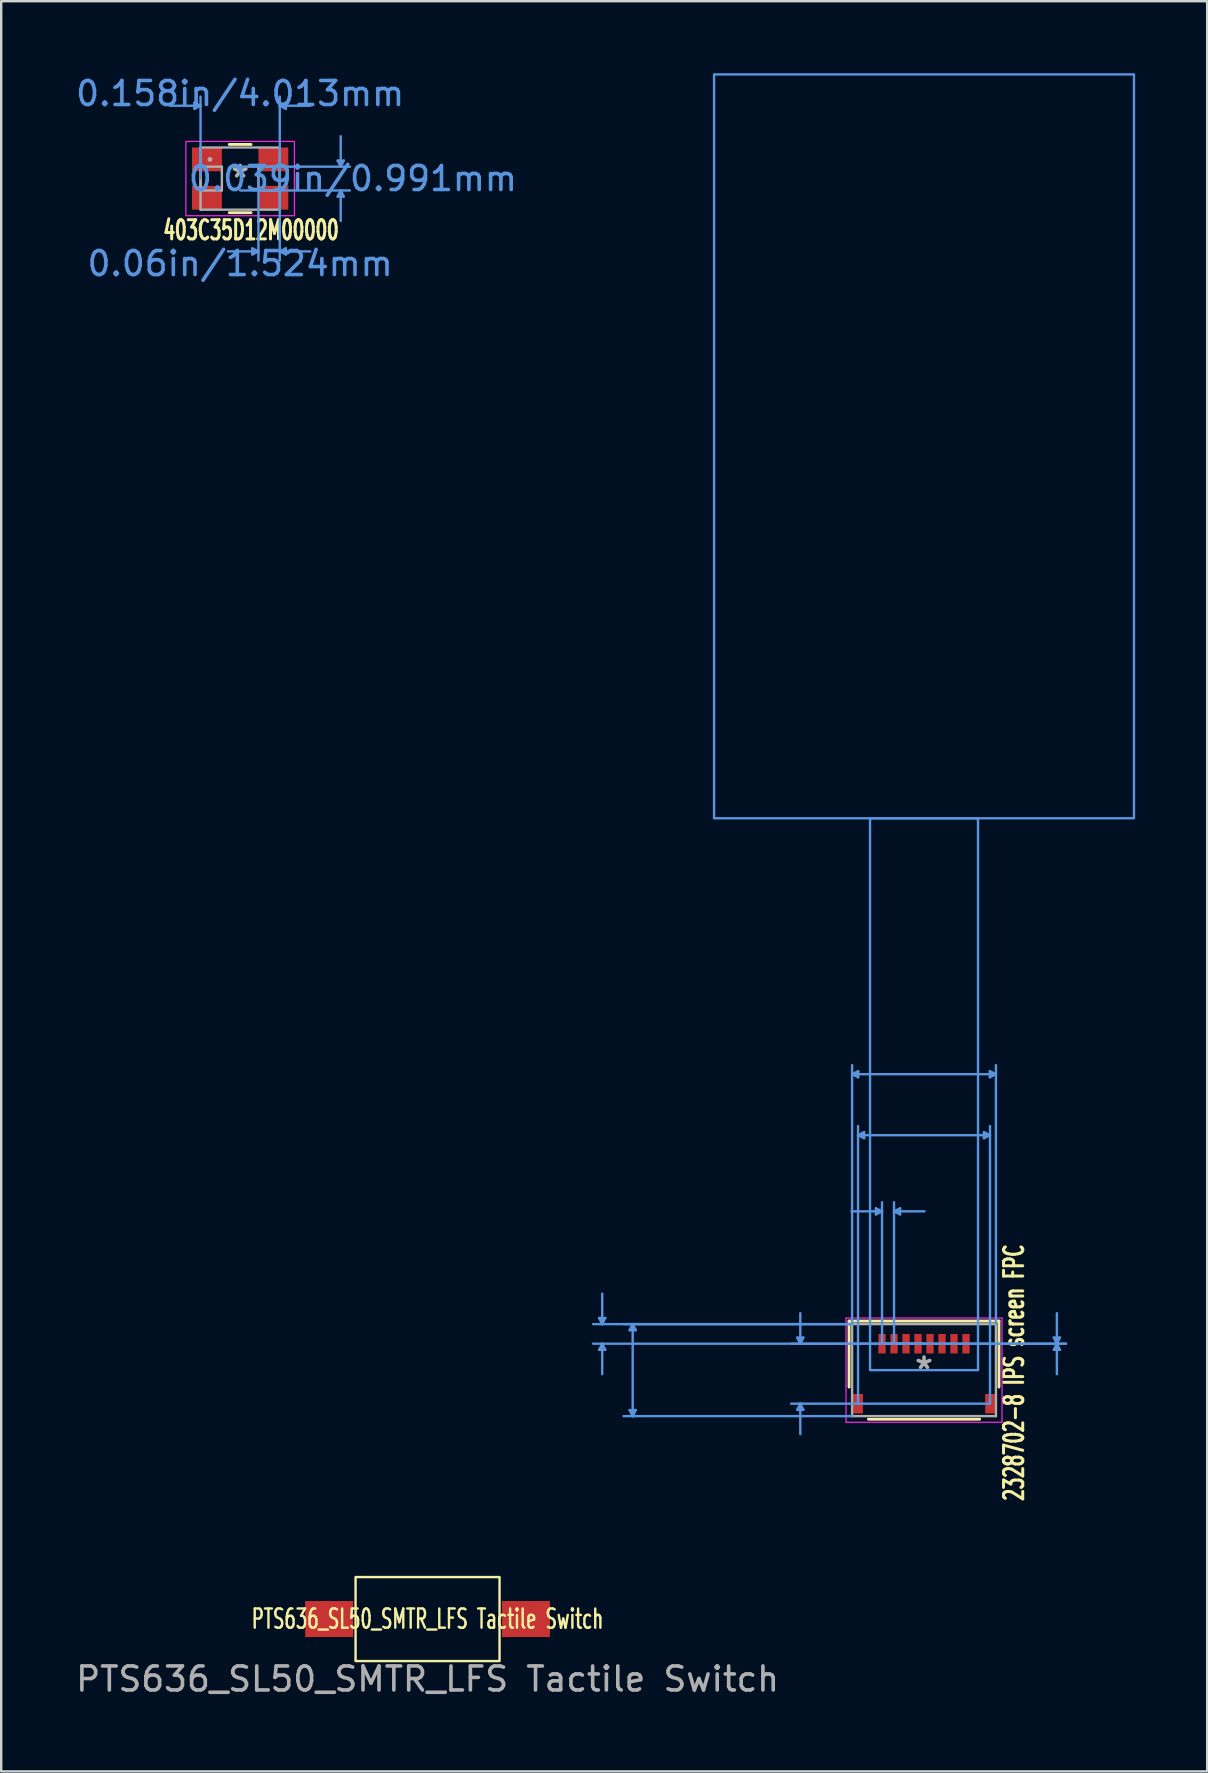
<source format=kicad_pcb>
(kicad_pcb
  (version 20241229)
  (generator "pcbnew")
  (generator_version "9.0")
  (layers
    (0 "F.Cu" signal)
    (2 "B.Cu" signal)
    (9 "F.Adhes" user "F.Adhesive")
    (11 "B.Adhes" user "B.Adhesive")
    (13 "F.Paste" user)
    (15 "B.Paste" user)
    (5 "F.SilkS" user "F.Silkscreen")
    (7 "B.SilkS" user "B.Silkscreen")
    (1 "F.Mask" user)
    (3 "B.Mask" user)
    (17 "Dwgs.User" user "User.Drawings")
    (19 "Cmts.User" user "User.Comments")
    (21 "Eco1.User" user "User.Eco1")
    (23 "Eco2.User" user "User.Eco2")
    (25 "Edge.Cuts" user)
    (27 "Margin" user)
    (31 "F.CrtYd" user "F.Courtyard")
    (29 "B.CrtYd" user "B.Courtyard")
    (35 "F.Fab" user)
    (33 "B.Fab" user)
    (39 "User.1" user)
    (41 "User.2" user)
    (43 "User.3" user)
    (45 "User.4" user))
  (footprint "2328702-8 IPS screen FPC"
    (layer "F.Cu")
    (at 35.458 54.05)
    (property "Reference" "2328702-8 IPS screen FPC" (at 3.75 0.102 270) (layer "F.SilkS") (effects (font (size 0.8 0.5) (thickness 0.125))))
    (attr smd)
    (fp_line (start -3.124 -2.045) (end -3.124 0.706) (stroke (width 0.12) (type solid)) (layer "F.SilkS"))
    (fp_line (start -2.317 2.045) (end 2.317 2.045) (stroke (width 0.12) (type solid)) (layer "F.SilkS"))
    (fp_line (start 3.124 -2.045) (end -3.124 -2.045) (stroke (width 0.12) (type solid)) (layer "F.SilkS"))
    (fp_line (start 3.124 0.706) (end 3.124 -2.045) (stroke (width 0.12) (type solid)) (layer "F.SilkS"))
    (fp_line (start -13.538 -2.172) (end -13.284 -2.172) (stroke (width 0.1) (type solid)) (layer "Cmts.User"))
    (fp_line (start -13.538 -0.848) (end -13.284 -0.848) (stroke (width 0.1) (type solid)) (layer "Cmts.User"))
    (fp_line (start -13.411 -1.918) (end -13.538 -2.172) (stroke (width 0.1) (type solid)) (layer "Cmts.User"))
    (fp_line (start -13.411 -1.918) (end -13.411 -3.188) (stroke (width 0.1) (type solid)) (layer "Cmts.User"))
    (fp_line (start -13.411 -1.918) (end -13.284 -2.172) (stroke (width 0.1) (type solid)) (layer "Cmts.User"))
    (fp_line (start -13.411 -1.102) (end -13.538 -0.848) (stroke (width 0.1) (type solid)) (layer "Cmts.User"))
    (fp_line (start -13.411 -1.102) (end -13.411 0.168) (stroke (width 0.1) (type solid)) (layer "Cmts.User"))
    (fp_line (start -13.411 -1.102) (end -13.284 -0.848) (stroke (width 0.1) (type solid)) (layer "Cmts.User"))
    (fp_line (start -12.268 -1.664) (end -12.014 -1.664) (stroke (width 0.1) (type solid)) (layer "Cmts.User"))
    (fp_line (start -12.268 1.664) (end -12.014 1.664) (stroke (width 0.1) (type solid)) (layer "Cmts.User"))
    (fp_line (start -12.141 -1.918) (end -12.268 -1.664) (stroke (width 0.1) (type solid)) (layer "Cmts.User"))
    (fp_line (start -12.141 -1.918) (end -12.141 1.918) (stroke (width 0.1) (type solid)) (layer "Cmts.User"))
    (fp_line (start -12.141 -1.918) (end -12.014 -1.664) (stroke (width 0.1) (type solid)) (layer "Cmts.User"))
    (fp_line (start -12.141 1.918) (end -12.268 1.664) (stroke (width 0.1) (type solid)) (layer "Cmts.User"))
    (fp_line (start -12.141 1.918) (end -12.014 1.664) (stroke (width 0.1) (type solid)) (layer "Cmts.User"))
    (fp_line (start -5.283 -1.356) (end -5.029 -1.356) (stroke (width 0.1) (type solid)) (layer "Cmts.User"))
    (fp_line (start -5.283 1.652) (end -5.029 1.652) (stroke (width 0.1) (type solid)) (layer "Cmts.User"))
    (fp_line (start -5.156 -1.102) (end -5.283 -1.356) (stroke (width 0.1) (type solid)) (layer "Cmts.User"))
    (fp_line (start -5.156 -1.102) (end -5.156 -2.372) (stroke (width 0.1) (type solid)) (layer "Cmts.User"))
    (fp_line (start -5.156 -1.102) (end -5.029 -1.356) (stroke (width 0.1) (type solid)) (layer "Cmts.User"))
    (fp_line (start -5.156 1.398) (end -5.283 1.652) (stroke (width 0.1) (type solid)) (layer "Cmts.User"))
    (fp_line (start -5.156 1.398) (end -5.156 2.668) (stroke (width 0.1) (type solid)) (layer "Cmts.User"))
    (fp_line (start -5.156 1.398) (end -5.029 1.652) (stroke (width 0.1) (type solid)) (layer "Cmts.User"))
    (fp_line (start -2.997 -12.332) (end -2.743 -12.459) (stroke (width 0.1) (type solid)) (layer "Cmts.User"))
    (fp_line (start -2.997 -12.332) (end -2.743 -12.205) (stroke (width 0.1) (type solid)) (layer "Cmts.User"))
    (fp_line (start -2.997 -12.332) (end 2.997 -12.332) (stroke (width 0.1) (type solid)) (layer "Cmts.User"))
    (fp_line (start -2.997 -1.918) (end -13.792 -1.918) (stroke (width 0.1) (type solid)) (layer "Cmts.User"))
    (fp_line (start -2.997 -1.918) (end -12.522 -1.918) (stroke (width 0.1) (type solid)) (layer "Cmts.User"))
    (fp_line (start -2.997 -1.918) (end -2.997 -12.713) (stroke (width 0.1) (type solid)) (layer "Cmts.User"))
    (fp_line (start -2.997 1.918) (end -12.522 1.918) (stroke (width 0.1) (type solid)) (layer "Cmts.User"))
    (fp_line (start -2.75 -9.792) (end -2.496 -9.919) (stroke (width 0.1) (type solid)) (layer "Cmts.User"))
    (fp_line (start -2.75 -9.792) (end -2.496 -9.665) (stroke (width 0.1) (type solid)) (layer "Cmts.User"))
    (fp_line (start -2.75 -9.792) (end 2.75 -9.792) (stroke (width 0.1) (type solid)) (layer "Cmts.User"))
    (fp_line (start -2.75 1.398) (end -2.75 -10.173) (stroke (width 0.1) (type solid)) (layer "Cmts.User"))
    (fp_line (start -2.743 -12.459) (end -2.743 -12.205) (stroke (width 0.1) (type solid)) (layer "Cmts.User"))
    (fp_line (start -2.496 -9.919) (end -2.496 -9.665) (stroke (width 0.1) (type solid)) (layer "Cmts.User"))
    (fp_line (start -2.004 -6.744) (end -2.004 -6.49) (stroke (width 0.1) (type solid)) (layer "Cmts.User"))
    (fp_line (start -1.75 -6.617) (end -3.02 -6.617) (stroke (width 0.1) (type solid)) (layer "Cmts.User"))
    (fp_line (start -1.75 -6.617) (end -2.004 -6.744) (stroke (width 0.1) (type solid)) (layer "Cmts.User"))
    (fp_line (start -1.75 -6.617) (end -2.004 -6.49) (stroke (width 0.1) (type solid)) (layer "Cmts.User"))
    (fp_line (start -1.75 -1.102) (end -1.75 -6.998) (stroke (width 0.1) (type solid)) (layer "Cmts.User"))
    (fp_line (start -1.75 -1.102) (end 5.918 -1.102) (stroke (width 0.1) (type solid)) (layer "Cmts.User"))
    (fp_line (start -1.75 -1.102) (end 5.918 -1.102) (stroke (width 0.1) (type solid)) (layer "Cmts.User"))
    (fp_line (start -1.25 -6.617) (end -0.996 -6.744) (stroke (width 0.1) (type solid)) (layer "Cmts.User"))
    (fp_line (start -1.25 -6.617) (end -0.996 -6.49) (stroke (width 0.1) (type solid)) (layer "Cmts.User"))
    (fp_line (start -1.25 -6.617) (end 0.02 -6.617) (stroke (width 0.1) (type solid)) (layer "Cmts.User"))
    (fp_line (start -1.25 -1.102) (end -1.25 -6.998) (stroke (width 0.1) (type solid)) (layer "Cmts.User"))
    (fp_line (start -0.996 -6.744) (end -0.996 -6.49) (stroke (width 0.1) (type solid)) (layer "Cmts.User"))
    (fp_line (start 0 -1.102) (end -13.792 -1.102) (stroke (width 0.1) (type solid)) (layer "Cmts.User"))
    (fp_line (start 0 -1.102) (end -5.537 -1.102) (stroke (width 0.1) (type solid)) (layer "Cmts.User"))
    (fp_line (start 2.496 -9.919) (end 2.496 -9.665) (stroke (width 0.1) (type solid)) (layer "Cmts.User"))
    (fp_line (start 2.743 -12.459) (end 2.743 -12.205) (stroke (width 0.1) (type solid)) (layer "Cmts.User"))
    (fp_line (start 2.75 -9.792) (end 2.496 -9.919) (stroke (width 0.1) (type solid)) (layer "Cmts.User"))
    (fp_line (start 2.75 -9.792) (end 2.496 -9.665) (stroke (width 0.1) (type solid)) (layer "Cmts.User"))
    (fp_line (start 2.75 1.398) (end -5.537 1.398) (stroke (width 0.1) (type solid)) (layer "Cmts.User"))
    (fp_line (start 2.75 1.398) (end 2.75 -10.173) (stroke (width 0.1) (type solid)) (layer "Cmts.User"))
    (fp_line (start 2.997 -12.332) (end 2.743 -12.459) (stroke (width 0.1) (type solid)) (layer "Cmts.User"))
    (fp_line (start 2.997 -12.332) (end 2.743 -12.205) (stroke (width 0.1) (type solid)) (layer "Cmts.User"))
    (fp_line (start 2.997 -1.918) (end 2.997 -12.713) (stroke (width 0.1) (type solid)) (layer "Cmts.User"))
    (fp_line (start 5.41 -1.356) (end 5.664 -1.356) (stroke (width 0.1) (type solid)) (layer "Cmts.User"))
    (fp_line (start 5.41 -0.848) (end 5.664 -0.848) (stroke (width 0.1) (type solid)) (layer "Cmts.User"))
    (fp_line (start 5.537 -1.102) (end 5.41 -1.356) (stroke (width 0.1) (type solid)) (layer "Cmts.User"))
    (fp_line (start 5.537 -1.102) (end 5.41 -0.848) (stroke (width 0.1) (type solid)) (layer "Cmts.User"))
    (fp_line (start 5.537 -1.102) (end 5.537 -2.372) (stroke (width 0.1) (type solid)) (layer "Cmts.User"))
    (fp_line (start 5.537 -1.102) (end 5.537 0.168) (stroke (width 0.1) (type solid)) (layer "Cmts.User"))
    (fp_line (start 5.537 -1.102) (end 5.664 -1.356) (stroke (width 0.1) (type solid)) (layer "Cmts.User"))
    (fp_line (start 5.537 -1.102) (end 5.664 -0.848) (stroke (width 0.1) (type solid)) (layer "Cmts.User"))
    (fp_rect (start 2.25 0) (end -2.25 -23) (stroke (width 0.1) (type default)) (fill no) (layer "Cmts.User"))
    (fp_rect (start 8.75 -23) (end -8.75 -54) (stroke (width 0.1) (type default)) (fill no) (layer "Cmts.User"))
    (fp_line (start -3.251 -2.172) (end -3.251 2.172) (stroke (width 0.05) (type solid)) (layer "F.CrtYd"))
    (fp_line (start -3.251 2.172) (end 3.251 2.172) (stroke (width 0.05) (type solid)) (layer "F.CrtYd"))
    (fp_line (start 3.251 -2.172) (end -3.251 -2.172) (stroke (width 0.05) (type solid)) (layer "F.CrtYd"))
    (fp_line (start 3.251 2.172) (end 3.251 -2.172) (stroke (width 0.05) (type solid)) (layer "F.CrtYd"))
    (fp_line (start -2.997 -1.918) (end -2.997 1.918) (stroke (width 0.1) (type solid)) (layer "F.Fab"))
    (fp_line (start -2.997 1.918) (end 2.997 1.918) (stroke (width 0.1) (type solid)) (layer "F.Fab"))
    (fp_line (start 2.997 -1.918) (end -2.997 -1.918) (stroke (width 0.1) (type solid)) (layer "F.Fab"))
    (fp_line (start 2.997 1.918) (end 2.997 -1.918) (stroke (width 0.1) (type solid)) (layer "F.Fab"))
    (fp_text user " " (at -2.775 3.025 0) (layer "F.SilkS") (effects (font (size 1 1) (thickness 0.15)) (justify mirror)))
    (fp_text user "Copyright 2021 Accelerated Designs. All rights reserved." (at 0 0 0) (layer "Cmts.User") (effects (font (size 0.127 0.127) (thickness 0.002))))
    (fp_text user "*" (at 0 0 0) (layer "F.Fab") (effects (font (size 1 1) (thickness 0.15))))
    (pad "" smd rect (at -2.75 1.398) (size 0.406 0.813) (layers "F.Cu" "F.Mask" "F.Paste"))
    (pad "" smd rect (at 2.75 1.398) (size 0.406 0.813) (layers "F.Cu" "F.Mask" "F.Paste"))
    (pad "1" smd rect (at 1.75 -1.102) (size 0.305 0.813) (layers "F.Cu" "F.Mask" "F.Paste"))
    (pad "2" smd rect (at 1.25 -1.102) (size 0.305 0.813) (layers "F.Cu" "F.Mask" "F.Paste"))
    (pad "3" smd rect (at 0.75 -1.102) (size 0.305 0.813) (layers "F.Cu" "F.Mask" "F.Paste"))
    (pad "4" smd rect (at 0.25 -1.102) (size 0.305 0.813) (layers "F.Cu" "F.Mask" "F.Paste"))
    (pad "5" smd rect (at -0.25 -1.102) (size 0.305 0.813) (layers "F.Cu" "F.Mask" "F.Paste"))
    (pad "6" smd rect (at -0.75 -1.102) (size 0.305 0.813) (layers "F.Cu" "F.Mask" "F.Paste"))
    (pad "7" smd rect (at -1.25 -1.102) (size 0.305 0.813) (layers "F.Cu" "F.Mask" "F.Paste"))
    (pad "8" smd rect (at -1.75 -1.102) (size 0.305 0.813) (layers "F.Cu" "F.Mask" "F.Paste")))
  (footprint "403C35D12M00000"
    (layer "F.Cu")
    (at 6.958 4.392)
    (property "Reference" "403C35D12M00000" (at 0.456 2.15 180) (layer "F.SilkS") (effects (font (size 0.8 0.5) (thickness 0.125))))
    (attr smd)
    (fp_line (start -0.454 1.422) (end 0.454 1.422) (stroke (width 0.12) (type solid)) (layer "F.SilkS"))
    (fp_line (start 0.454 -1.422) (end -0.454 -1.422) (stroke (width 0.12) (type solid)) (layer "F.SilkS"))
    (fp_line (start -1.905 -3.162) (end -1.905 -2.908) (stroke (width 0.1) (type solid)) (layer "Cmts.User"))
    (fp_line (start -1.651 -3.035) (end -2.921 -3.035) (stroke (width 0.1) (type solid)) (layer "Cmts.User"))
    (fp_line (start -1.651 -3.035) (end -1.905 -3.162) (stroke (width 0.1) (type solid)) (layer "Cmts.User"))
    (fp_line (start -1.651 -3.035) (end -1.905 -2.908) (stroke (width 0.1) (type solid)) (layer "Cmts.User"))
    (fp_line (start -1.651 0) (end -1.651 -3.416) (stroke (width 0.1) (type solid)) (layer "Cmts.User"))
    (fp_line (start 0 -0.495) (end 4.572 -0.495) (stroke (width 0.1) (type solid)) (layer "Cmts.User"))
    (fp_line (start 0 0.495) (end 4.572 0.495) (stroke (width 0.1) (type solid)) (layer "Cmts.User"))
    (fp_line (start 0.508 2.908) (end 0.508 3.162) (stroke (width 0.1) (type solid)) (layer "Cmts.User"))
    (fp_line (start 0.762 0) (end 0.762 3.416) (stroke (width 0.1) (type solid)) (layer "Cmts.User"))
    (fp_line (start 0.762 3.035) (end -0.508 3.035) (stroke (width 0.1) (type solid)) (layer "Cmts.User"))
    (fp_line (start 0.762 3.035) (end 0.508 2.908) (stroke (width 0.1) (type solid)) (layer "Cmts.User"))
    (fp_line (start 0.762 3.035) (end 0.508 3.162) (stroke (width 0.1) (type solid)) (layer "Cmts.User"))
    (fp_line (start 1.651 -3.035) (end 1.905 -3.162) (stroke (width 0.1) (type solid)) (layer "Cmts.User"))
    (fp_line (start 1.651 -3.035) (end 1.905 -2.908) (stroke (width 0.1) (type solid)) (layer "Cmts.User"))
    (fp_line (start 1.651 -3.035) (end 2.921 -3.035) (stroke (width 0.1) (type solid)) (layer "Cmts.User"))
    (fp_line (start 1.651 0) (end 1.651 -3.416) (stroke (width 0.1) (type solid)) (layer "Cmts.User"))
    (fp_line (start 1.651 0) (end 1.651 3.416) (stroke (width 0.1) (type solid)) (layer "Cmts.User"))
    (fp_line (start 1.651 3.035) (end 1.905 2.908) (stroke (width 0.1) (type solid)) (layer "Cmts.User"))
    (fp_line (start 1.651 3.035) (end 1.905 3.162) (stroke (width 0.1) (type solid)) (layer "Cmts.User"))
    (fp_line (start 1.651 3.035) (end 2.921 3.035) (stroke (width 0.1) (type solid)) (layer "Cmts.User"))
    (fp_line (start 1.905 -3.162) (end 1.905 -2.908) (stroke (width 0.1) (type solid)) (layer "Cmts.User"))
    (fp_line (start 1.905 2.908) (end 1.905 3.162) (stroke (width 0.1) (type solid)) (layer "Cmts.User"))
    (fp_line (start 4.064 -0.749) (end 4.318 -0.749) (stroke (width 0.1) (type solid)) (layer "Cmts.User"))
    (fp_line (start 4.064 0.749) (end 4.318 0.749) (stroke (width 0.1) (type solid)) (layer "Cmts.User"))
    (fp_line (start 4.191 -0.495) (end 4.064 -0.749) (stroke (width 0.1) (type solid)) (layer "Cmts.User"))
    (fp_line (start 4.191 -0.495) (end 4.191 -1.765) (stroke (width 0.1) (type solid)) (layer "Cmts.User"))
    (fp_line (start 4.191 -0.495) (end 4.318 -0.749) (stroke (width 0.1) (type solid)) (layer "Cmts.User"))
    (fp_line (start 4.191 0.495) (end 4.064 0.749) (stroke (width 0.1) (type solid)) (layer "Cmts.User"))
    (fp_line (start 4.191 0.495) (end 4.191 1.765) (stroke (width 0.1) (type solid)) (layer "Cmts.User"))
    (fp_line (start 4.191 0.495) (end 4.318 0.749) (stroke (width 0.1) (type solid)) (layer "Cmts.User"))
    (fp_rect (start -2.261 -1.549) (end 2.261 1.549) (stroke (width 0.05) (type default)) (fill no) (layer "F.CrtYd"))
    (fp_line (start -1.651 -1.295) (end -1.651 1.295) (stroke (width 0.1) (type solid)) (layer "F.Fab"))
    (fp_line (start -1.651 -0.495) (end -1.651 0.495) (stroke (width 0.1) (type solid)) (layer "F.Fab"))
    (fp_line (start -1.651 0.495) (end -0.762 0.495) (stroke (width 0.1) (type solid)) (layer "F.Fab"))
    (fp_line (start -1.651 1.295) (end 1.651 1.295) (stroke (width 0.1) (type solid)) (layer "F.Fab"))
    (fp_line (start -0.762 -0.495) (end -1.651 -0.495) (stroke (width 0.1) (type solid)) (layer "F.Fab"))
    (fp_line (start -0.762 0.495) (end -0.762 -0.495) (stroke (width 0.1) (type solid)) (layer "F.Fab"))
    (fp_line (start 0.762 -0.495) (end 0.762 0.495) (stroke (width 0.1) (type solid)) (layer "F.Fab"))
    (fp_line (start 0.762 0.495) (end 1.651 0.495) (stroke (width 0.1) (type solid)) (layer "F.Fab"))
    (fp_line (start 1.651 -1.295) (end -1.651 -1.295) (stroke (width 0.1) (type solid)) (layer "F.Fab"))
    (fp_line (start 1.651 -0.495) (end 0.762 -0.495) (stroke (width 0.1) (type solid)) (layer "F.Fab"))
    (fp_line (start 1.651 0.495) (end 1.651 -0.495) (stroke (width 0.1) (type solid)) (layer "F.Fab"))
    (fp_line (start 1.651 1.295) (end 1.651 -1.295) (stroke (width 0.1) (type solid)) (layer "F.Fab"))
    (fp_circle (center -1.257 -0.8) (end -1.257 -0.8) (stroke (width 0.1) (type solid)) (fill no) (layer "F.Fab"))
    (fp_text user "0.158in/4.013mm" (at 0 -3.543 180) (layer "Cmts.User") (effects (font (size 1 1) (thickness 0.15))))
    (fp_text user "0.06in/1.524mm" (at 0 3.543 180) (layer "Cmts.User") (effects (font (size 1 1) (thickness 0.15))))
    (fp_text user "0.039in/0.991mm" (at 4.699 0 180) (layer "Cmts.User") (effects (font (size 1 1) (thickness 0.15))))
    (fp_text user "Copyright 2021 Accelerated Designs. All rights reserved." (at 0 0 180) (layer "Cmts.User") (effects (font (size 0.127 0.127) (thickness 0.002))))
    (fp_text user "*" (at 0 0 180) (layer "F.Fab") (effects (font (size 1 1) (thickness 0.15))))
    (pad "1" smd rect (at -1.384 0.8) (size 1.245 0.991) (layers "F.Cu" "F.Mask" "F.Paste"))
    (pad "2" smd rect (at 1.384 -0.8) (size 1.245 0.991) (layers "F.Cu" "F.Mask" "F.Paste"))
    (pad "3" smd rect (at -1.384 -0.8) (size 1.245 0.991) (layers "F.Cu" "F.Mask" "F.Paste"))
    (pad "3" smd rect (at 1.384 0.8) (size 1.245 0.991) (layers "F.Cu" "F.Mask" "F.Paste")))
  (footprint "PTS636_SL50_SMTR_LFS Tactile Switch"
    (layer "F.Cu")
    (at 14.768 64.423)
    (property "Reference" "PTS636_SL50_SMTR_LFS Tactile Switch" (at 0 -0.005 0) (unlocked yes) (layer "F.SilkS") (effects (font (size 0.8 0.5) (thickness 0.1))))
    (attr smd)
    (fp_rect (start -3 -1.75) (end 3 1.75) (stroke (width 0.1) (type default)) (fill no) (layer "F.SilkS"))
    (fp_text user "${REFERENCE}" (at 0 2.5 0) (unlocked yes) (layer "F.Fab") (effects (font (size 1 1) (thickness 0.15))))
    (pad "1" smd rect (at -4.1 0) (size 2 1.5) (layers "F.Cu" "F.Mask" "F.Paste"))
    (pad "2" smd rect (at 4.1 0) (size 2 1.5) (layers "F.Cu" "F.Mask" "F.Paste")))
  (gr_rect
    (start -3 -3)
    (end 47.258 70.771)
    (stroke (width 0.1) (type default))
    (fill no)
    (layer "Edge.Cuts")))
</source>
